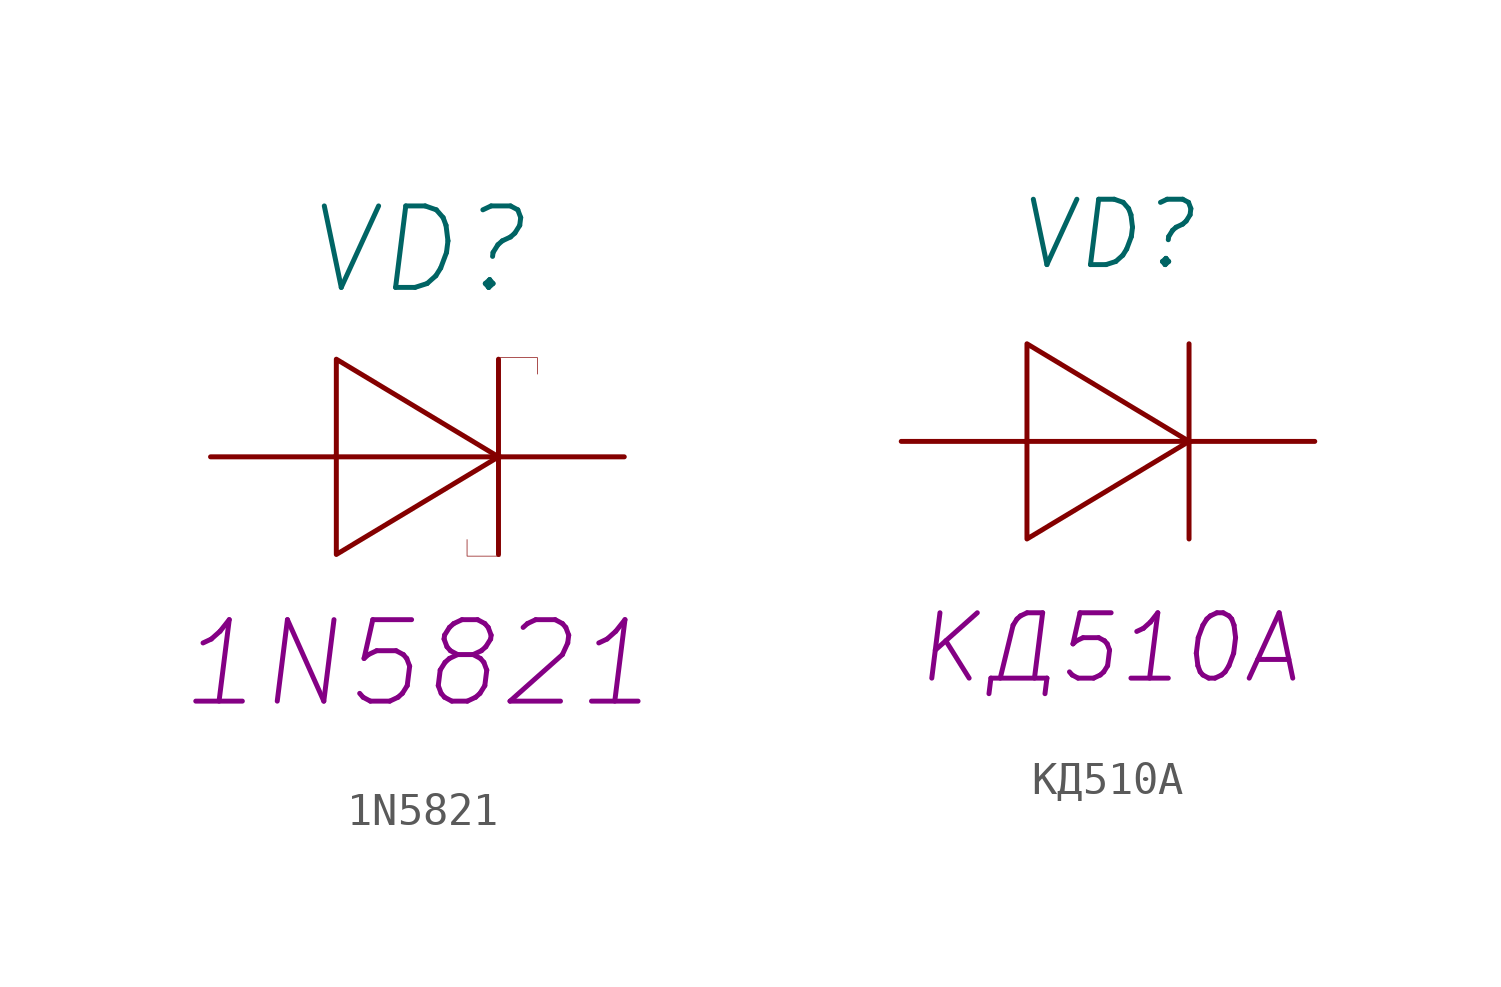
<source format=kicad_sym>
(kicad_symbol_lib
  (version 20200126)
  (host kicad_symbol_editor "(5.99.0-2385-g7067e42da)")
  (symbol "Diodes_shottky:1N5821"
    (pin_numbers hide)
    (pin_names
      (offset 0) hide)
    (property "Reference" "VD"
      (at 6.35 6.35 0)
      (effects (font (size 2.501 2.501) italic)))
    (property "ValueName" "1N5821"
      (at 6.35 -6.35 0)
      (effects (font (size 2.501 2.501) italic)))
    (symbol "1N5821_1_1"
      (polyline (pts (xy 8.839 -2.997) (xy 8.839 2.997)) (stroke (width 0)) (fill (type none)))
      (polyline (pts (xy 8.89 0) (xy 3.81 0)) (stroke (width 0)) (fill (type none)))
      (polyline (pts (xy 8.839 0) (xy 3.861 -2.997) (xy 3.861 2.997) (xy 8.839 0)) (stroke (width 0)) (fill (type none)))
      (pin passive line (at 0 0 0) (length 3.81) (name "A" (effects (font (size 2.007 2.007)))) (number "1" (effects (font (size 2.007 2.007)))))
      (pin passive line (at 12.7 0 180) (length 3.81) (name "K" (effects (font (size 2.007 2.007)))) (number "2" (effects (font (size 2.007 2.007))))))
    (symbol "1N5821_0_1"
      (polyline (pts (xy 8.89 3.048) (xy 10.033 3.048) (xy 10.033 2.54)) (stroke (width 0.001)) (fill (type none)))
      (polyline (pts (xy 8.89 -3.048) (xy 7.874 -3.048) (xy 7.874 -2.54)) (stroke (width 0.001)) (fill (type none)))))
  (symbol "Diodes_shottky:КД510А"
    (pin_numbers hide)
    (pin_names
      (offset 0) hide)
    (property "Reference" "VD"
      (at 6.35 6.35 0)
      (effects (font (size 2.007 2.007) italic)))
    (property "ValueName" "КД510А"
      (at 6.35 -6.35 0)
      (effects (font (size 2.007 2.007) italic)))
    (symbol "КД510А_1_1"
      (polyline (pts (xy 8.839 -2.997) (xy 8.839 2.997)) (stroke (width 0)) (fill (type none)))
      (polyline (pts (xy 8.89 0) (xy 3.81 0)) (stroke (width 0)) (fill (type none)))
      (polyline (pts (xy 8.839 0) (xy 3.861 -2.997) (xy 3.861 2.997) (xy 8.839 0)) (stroke (width 0)) (fill (type none)))
      (pin passive line (at 0 0 0) (length 3.81) (name "A" (effects (font (size 2.007 2.007)))) (number "1" (effects (font (size 2.007 2.007)))))
      (pin passive line (at 12.7 0 180) (length 3.81) (name "K" (effects (font (size 2.007 2.007)))) (number "2" (effects (font (size 2.007 2.007))))))))
</source>
